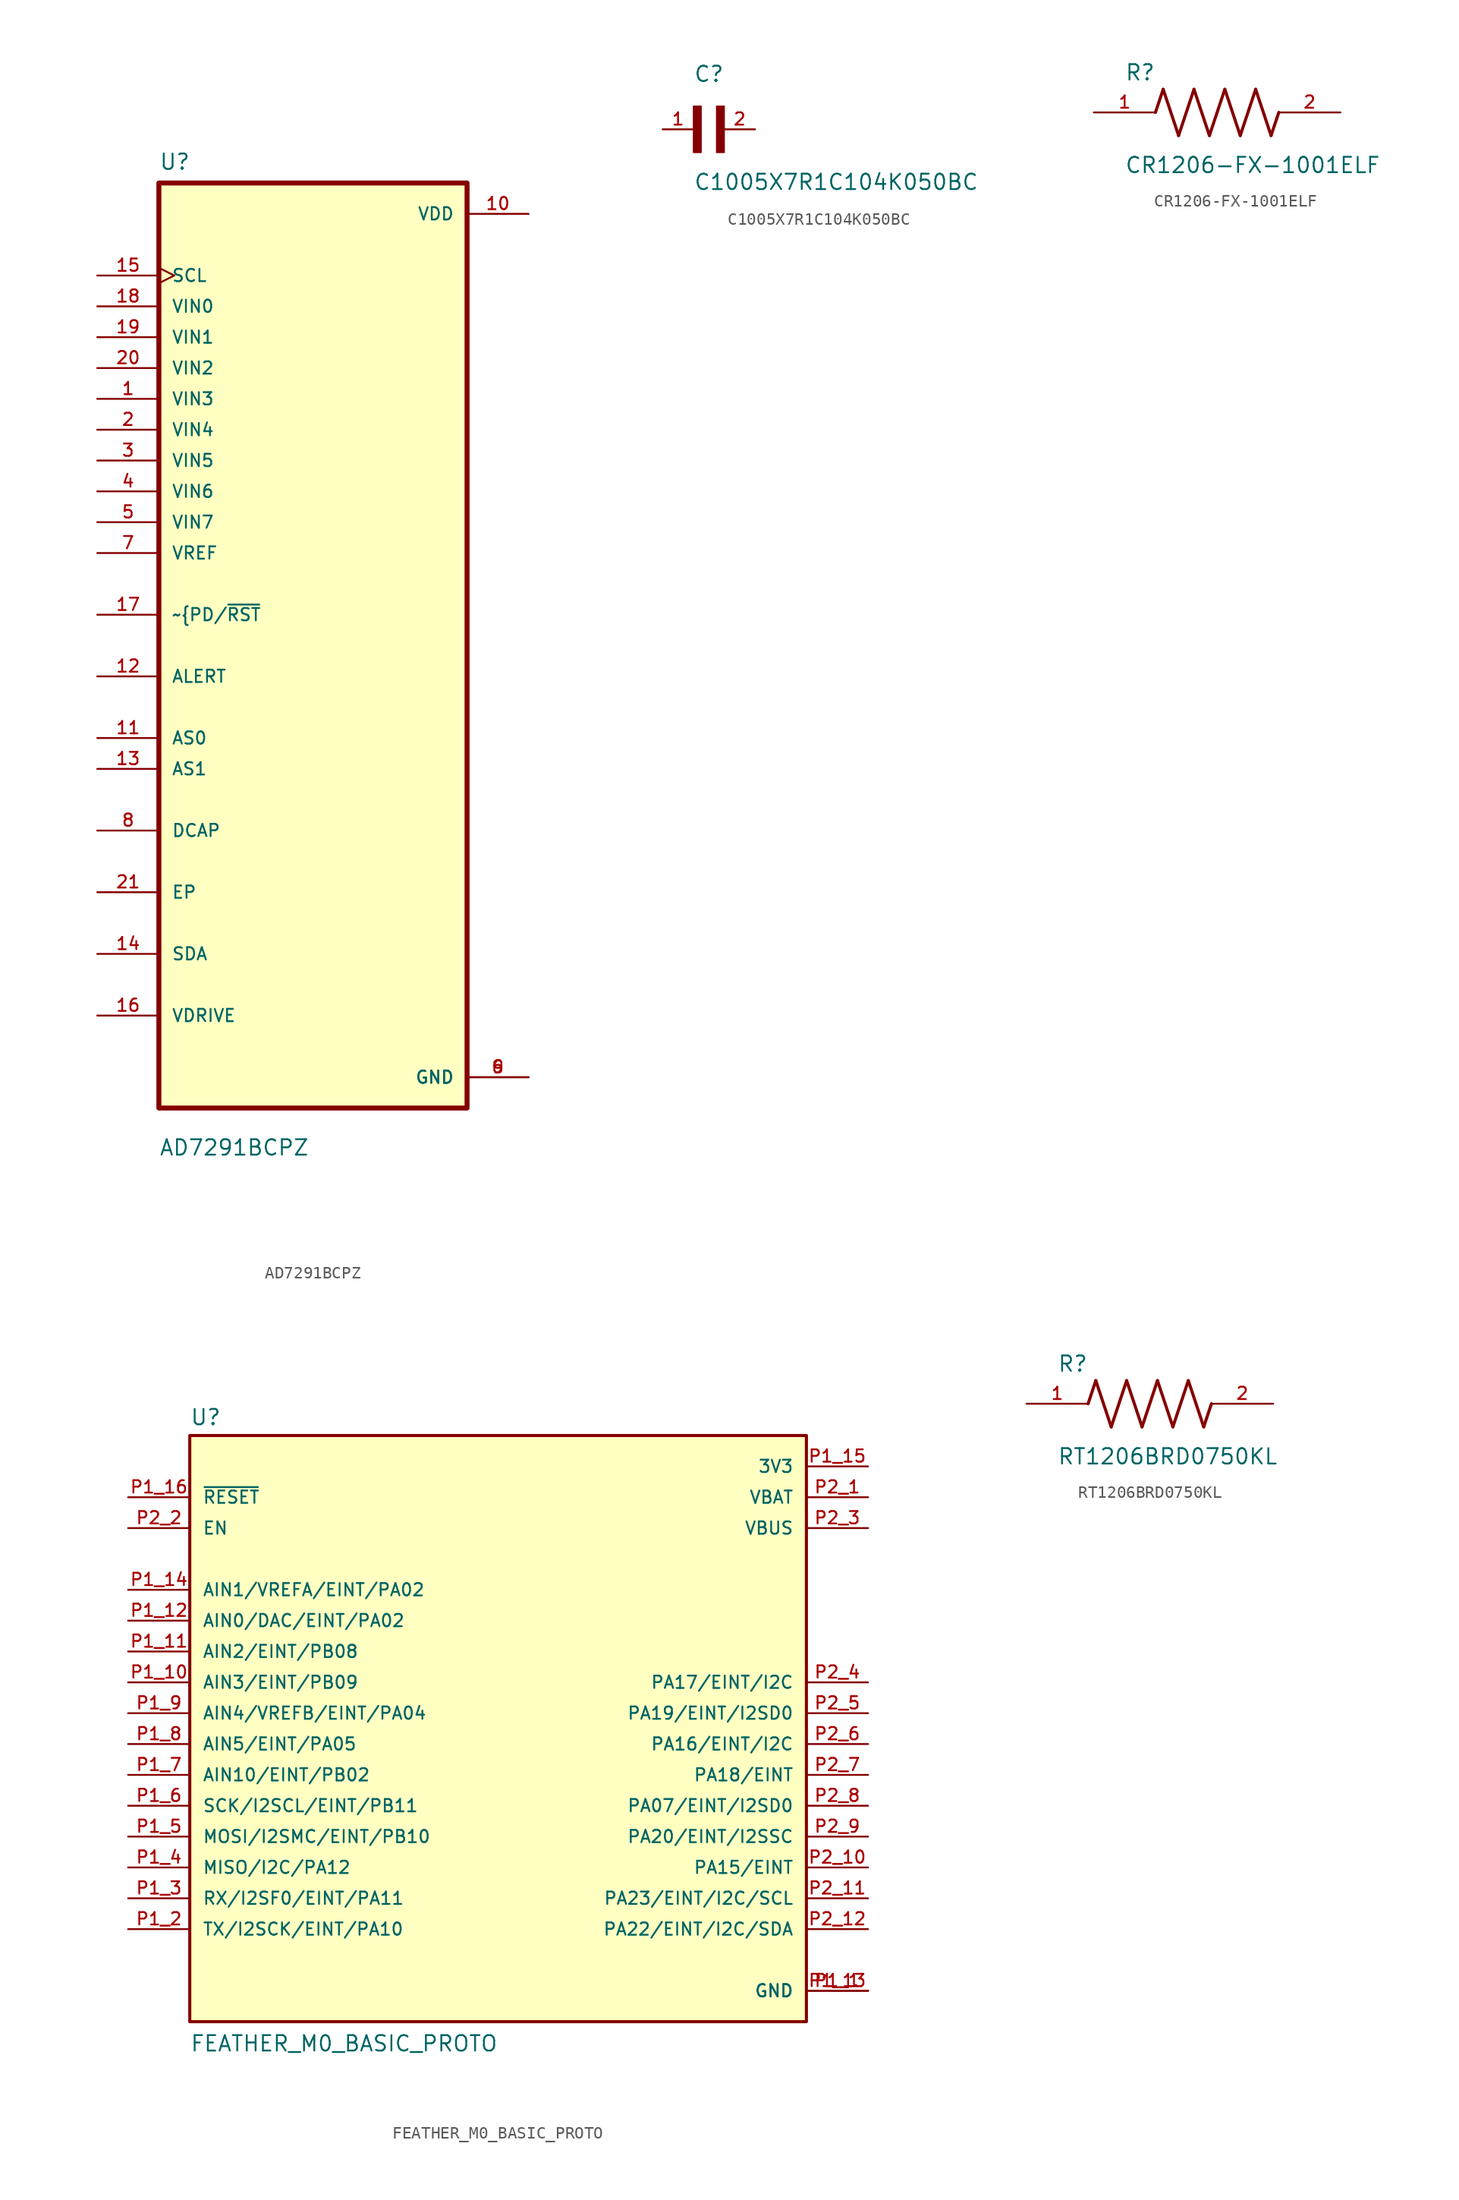
<source format=kicad_sym>
(kicad_symbol_lib
  (version 20211014)
  (generator kicad_symbol_editor)
  (symbol "AD7291BCPZ"
    (pin_names
      (offset 1.016))
    (property "Reference" "U"
      (at -12.7 39.1 0)
      (effects (font (size 1.27 1.27)) (justify left bottom)))
    (property "Value" "AD7291BCPZ"
      (at -12.7 -42.1 0)
      (effects (font (size 1.27 1.27)) (justify left bottom)))
    (symbol "AD7291BCPZ_0_0"
      (rectangle (start -12.7 -38.1) (end 12.7 38.1) (stroke (width 0.41) (type default) (color 0 0 0 0)) (fill (type background)))
      (pin input line (at -17.78 20.32 0) (length 5.08) (name "VIN3" (effects (font (size 1.016 1.016)))) (number "1" (effects (font (size 1.016 1.016)))))
      (pin power_in line (at 17.78 35.56 180) (length 5.08) (name "VDD" (effects (font (size 1.016 1.016)))) (number "10" (effects (font (size 1.016 1.016)))))
      (pin bidirectional line (at -17.78 -7.62 0) (length 5.08) (name "AS0" (effects (font (size 1.016 1.016)))) (number "11" (effects (font (size 1.016 1.016)))))
      (pin bidirectional line (at -17.78 -2.54 0) (length 5.08) (name "ALERT" (effects (font (size 1.016 1.016)))) (number "12" (effects (font (size 1.016 1.016)))))
      (pin bidirectional line (at -17.78 -10.16 0) (length 5.08) (name "AS1" (effects (font (size 1.016 1.016)))) (number "13" (effects (font (size 1.016 1.016)))))
      (pin bidirectional line (at -17.78 -25.4 0) (length 5.08) (name "SDA" (effects (font (size 1.016 1.016)))) (number "14" (effects (font (size 1.016 1.016)))))
      (pin input clock (at -17.78 30.48 0) (length 5.08) (name "SCL" (effects (font (size 1.016 1.016)))) (number "15" (effects (font (size 1.016 1.016)))))
      (pin bidirectional line (at -17.78 -30.48 0) (length 5.08) (name "VDRIVE" (effects (font (size 1.016 1.016)))) (number "16" (effects (font (size 1.016 1.016)))))
      (pin bidirectional line (at -17.78 2.54 0) (length 5.08) (name "~{PD/~{RST}" (effects (font (size 1.016 1.016)))) (number "17" (effects (font (size 1.016 1.016)))))
      (pin input line (at -17.78 27.94 0) (length 5.08) (name "VIN0" (effects (font (size 1.016 1.016)))) (number "18" (effects (font (size 1.016 1.016)))))
      (pin input line (at -17.78 25.4 0) (length 5.08) (name "VIN1" (effects (font (size 1.016 1.016)))) (number "19" (effects (font (size 1.016 1.016)))))
      (pin input line (at -17.78 17.78 0) (length 5.08) (name "VIN4" (effects (font (size 1.016 1.016)))) (number "2" (effects (font (size 1.016 1.016)))))
      (pin input line (at -17.78 22.86 0) (length 5.08) (name "VIN2" (effects (font (size 1.016 1.016)))) (number "20" (effects (font (size 1.016 1.016)))))
      (pin bidirectional line (at -17.78 -20.32 0) (length 5.08) (name "EP" (effects (font (size 1.016 1.016)))) (number "21" (effects (font (size 1.016 1.016)))))
      (pin input line (at -17.78 15.24 0) (length 5.08) (name "VIN5" (effects (font (size 1.016 1.016)))) (number "3" (effects (font (size 1.016 1.016)))))
      (pin input line (at -17.78 12.7 0) (length 5.08) (name "VIN6" (effects (font (size 1.016 1.016)))) (number "4" (effects (font (size 1.016 1.016)))))
      (pin input line (at -17.78 10.16 0) (length 5.08) (name "VIN7" (effects (font (size 1.016 1.016)))) (number "5" (effects (font (size 1.016 1.016)))))
      (pin power_in line (at 17.78 -35.56 180) (length 5.08) (name "GND" (effects (font (size 1.016 1.016)))) (number "6" (effects (font (size 1.016 1.016)))))
      (pin input line (at -17.78 7.62 0) (length 5.08) (name "VREF" (effects (font (size 1.016 1.016)))) (number "7" (effects (font (size 1.016 1.016)))))
      (pin bidirectional line (at -17.78 -15.24 0) (length 5.08) (name "DCAP" (effects (font (size 1.016 1.016)))) (number "8" (effects (font (size 1.016 1.016)))))
      (pin power_in line (at 17.78 -35.56 180) (length 5.08) (name "GND" (effects (font (size 1.016 1.016)))) (number "9" (effects (font (size 1.016 1.016)))))))
  (symbol "C1005X7R1C104K050BC"
    (pin_names
      (offset 1.016))
    (property "Reference" "C"
      (at 0 3.811 0)
      (effects (font (size 1.27 1.27)) (justify left bottom)))
    (property "Value" "C1005X7R1C104K050BC"
      (at 0 -5.088 0)
      (effects (font (size 1.27 1.27)) (justify left bottom)))
    (symbol "C1005X7R1C104K050BC_0_0"
      (rectangle (start 0 -1.907) (end 0.635 1.905) (stroke (width 0.1) (type default) (color 0 0 0 0)) (fill (type outline)))
      (rectangle (start 1.907 -1.907) (end 2.54 1.905) (stroke (width 0.1) (type default) (color 0 0 0 0)) (fill (type outline)))
      (pin passive line (at -2.54 0 0) (length 2.54) (name "~" (effects (font (size 1.016 1.016)))) (number "1" (effects (font (size 1.016 1.016)))))
      (pin passive line (at 5.08 0 180) (length 2.54) (name "~" (effects (font (size 1.016 1.016)))) (number "2" (effects (font (size 1.016 1.016)))))))
  (symbol "CR1206-FX-1001ELF"
    (pin_names
      (offset 1.016))
    (property "Reference" "R"
      (at -7.624 2.542 0)
      (effects (font (size 1.27 1.27)) (justify left bottom)))
    (property "Value" "CR1206-FX-1001ELF"
      (at -7.63 -5.087 0)
      (effects (font (size 1.27 1.27)) (justify left bottom)))
    (symbol "CR1206-FX-1001ELF_0_0"
      (polyline (pts (xy -5.08 0) (xy -4.445 1.905)) (stroke (width 0.254) (type default) (color 0 0 0 0)) (fill (type none)))
      (polyline (pts (xy -4.445 1.905) (xy -3.175 -1.905)) (stroke (width 0.254) (type default) (color 0 0 0 0)) (fill (type none)))
      (polyline (pts (xy -3.175 -1.905) (xy -1.905 1.905)) (stroke (width 0.254) (type default) (color 0 0 0 0)) (fill (type none)))
      (polyline (pts (xy -1.905 1.905) (xy -0.635 -1.905)) (stroke (width 0.254) (type default) (color 0 0 0 0)) (fill (type none)))
      (polyline (pts (xy -0.635 -1.905) (xy 0.635 1.905)) (stroke (width 0.254) (type default) (color 0 0 0 0)) (fill (type none)))
      (polyline (pts (xy 0.635 1.905) (xy 1.905 -1.905)) (stroke (width 0.254) (type default) (color 0 0 0 0)) (fill (type none)))
      (polyline (pts (xy 1.905 -1.905) (xy 3.175 1.905)) (stroke (width 0.254) (type default) (color 0 0 0 0)) (fill (type none)))
      (polyline (pts (xy 3.175 1.905) (xy 4.445 -1.905)) (stroke (width 0.254) (type default) (color 0 0 0 0)) (fill (type none)))
      (polyline (pts (xy 4.445 -1.905) (xy 5.08 0)) (stroke (width 0.254) (type default) (color 0 0 0 0)) (fill (type none)))
      (pin passive line (at -10.16 0 0) (length 5.08) (name "~" (effects (font (size 1.016 1.016)))) (number "1" (effects (font (size 1.016 1.016)))))
      (pin passive line (at 10.16 0 180) (length 5.08) (name "~" (effects (font (size 1.016 1.016)))) (number "2" (effects (font (size 1.016 1.016)))))))
  (symbol "FEATHER_M0_BASIC_PROTO"
    (pin_names
      (offset 1.016))
    (property "Reference" "U"
      (at -25.4 26.162 0)
      (effects (font (size 1.27 1.27)) (justify left bottom)))
    (property "Value" "FEATHER_M0_BASIC_PROTO"
      (at -25.4 -25.4 0)
      (effects (font (size 1.27 1.27)) (justify left bottom)))
    (symbol "FEATHER_M0_BASIC_PROTO_0_0"
      (rectangle (start -25.4 -22.86) (end 25.4 25.4) (stroke (width 0.254) (type default) (color 0 0 0 0)) (fill (type background)))
      (pin power_in line (at 30.48 -20.32 180) (length 5.08) (name "GND" (effects (font (size 1.016 1.016)))) (number "P1_1" (effects (font (size 1.016 1.016)))))
      (pin bidirectional line (at -30.48 5.08 0) (length 5.08) (name "AIN3/EINT/PB09" (effects (font (size 1.016 1.016)))) (number "P1_10" (effects (font (size 1.016 1.016)))))
      (pin bidirectional line (at -30.48 7.62 0) (length 5.08) (name "AIN2/EINT/PB08" (effects (font (size 1.016 1.016)))) (number "P1_11" (effects (font (size 1.016 1.016)))))
      (pin bidirectional line (at -30.48 10.16 0) (length 5.08) (name "AIN0/DAC/EINT/PA02" (effects (font (size 1.016 1.016)))) (number "P1_12" (effects (font (size 1.016 1.016)))))
      (pin power_in line (at 30.48 -20.32 180) (length 5.08) (name "GND" (effects (font (size 1.016 1.016)))) (number "P1_13" (effects (font (size 1.016 1.016)))))
      (pin bidirectional line (at -30.48 12.7 0) (length 5.08) (name "AIN1/VREFA/EINT/PA02" (effects (font (size 1.016 1.016)))) (number "P1_14" (effects (font (size 1.016 1.016)))))
      (pin power_out line (at 30.48 22.86 180) (length 5.08) (name "3V3" (effects (font (size 1.016 1.016)))) (number "P1_15" (effects (font (size 1.016 1.016)))))
      (pin input line (at -30.48 20.32 0) (length 5.08) (name "~{RESET}" (effects (font (size 1.016 1.016)))) (number "P1_16" (effects (font (size 1.016 1.016)))))
      (pin bidirectional line (at -30.48 -15.24 0) (length 5.08) (name "TX/I2SCK/EINT/PA10" (effects (font (size 1.016 1.016)))) (number "P1_2" (effects (font (size 1.016 1.016)))))
      (pin bidirectional line (at -30.48 -12.7 0) (length 5.08) (name "RX/I2SF0/EINT/PA11" (effects (font (size 1.016 1.016)))) (number "P1_3" (effects (font (size 1.016 1.016)))))
      (pin bidirectional line (at -30.48 -10.16 0) (length 5.08) (name "MISO/I2C/PA12" (effects (font (size 1.016 1.016)))) (number "P1_4" (effects (font (size 1.016 1.016)))))
      (pin bidirectional line (at -30.48 -7.62 0) (length 5.08) (name "MOSI/I2SMC/EINT/PB10" (effects (font (size 1.016 1.016)))) (number "P1_5" (effects (font (size 1.016 1.016)))))
      (pin bidirectional line (at -30.48 -5.08 0) (length 5.08) (name "SCK/I2SCL/EINT/PB11" (effects (font (size 1.016 1.016)))) (number "P1_6" (effects (font (size 1.016 1.016)))))
      (pin bidirectional line (at -30.48 -2.54 0) (length 5.08) (name "AIN10/EINT/PB02" (effects (font (size 1.016 1.016)))) (number "P1_7" (effects (font (size 1.016 1.016)))))
      (pin bidirectional line (at -30.48 0 0) (length 5.08) (name "AIN5/EINT/PA05" (effects (font (size 1.016 1.016)))) (number "P1_8" (effects (font (size 1.016 1.016)))))
      (pin bidirectional line (at -30.48 2.54 0) (length 5.08) (name "AIN4/VREFB/EINT/PA04" (effects (font (size 1.016 1.016)))) (number "P1_9" (effects (font (size 1.016 1.016)))))
      (pin power_out line (at 30.48 20.32 180) (length 5.08) (name "VBAT" (effects (font (size 1.016 1.016)))) (number "P2_1" (effects (font (size 1.016 1.016)))))
      (pin bidirectional line (at 30.48 -10.16 180) (length 5.08) (name "PA15/EINT" (effects (font (size 1.016 1.016)))) (number "P2_10" (effects (font (size 1.016 1.016)))))
      (pin bidirectional line (at 30.48 -12.7 180) (length 5.08) (name "PA23/EINT/I2C/SCL" (effects (font (size 1.016 1.016)))) (number "P2_11" (effects (font (size 1.016 1.016)))))
      (pin bidirectional line (at 30.48 -15.24 180) (length 5.08) (name "PA22/EINT/I2C/SDA" (effects (font (size 1.016 1.016)))) (number "P2_12" (effects (font (size 1.016 1.016)))))
      (pin input line (at -30.48 17.78 0) (length 5.08) (name "EN" (effects (font (size 1.016 1.016)))) (number "P2_2" (effects (font (size 1.016 1.016)))))
      (pin power_out line (at 30.48 17.78 180) (length 5.08) (name "VBUS" (effects (font (size 1.016 1.016)))) (number "P2_3" (effects (font (size 1.016 1.016)))))
      (pin bidirectional line (at 30.48 5.08 180) (length 5.08) (name "PA17/EINT/I2C" (effects (font (size 1.016 1.016)))) (number "P2_4" (effects (font (size 1.016 1.016)))))
      (pin bidirectional line (at 30.48 2.54 180) (length 5.08) (name "PA19/EINT/I2SD0" (effects (font (size 1.016 1.016)))) (number "P2_5" (effects (font (size 1.016 1.016)))))
      (pin bidirectional line (at 30.48 0 180) (length 5.08) (name "PA16/EINT/I2C" (effects (font (size 1.016 1.016)))) (number "P2_6" (effects (font (size 1.016 1.016)))))
      (pin bidirectional line (at 30.48 -2.54 180) (length 5.08) (name "PA18/EINT" (effects (font (size 1.016 1.016)))) (number "P2_7" (effects (font (size 1.016 1.016)))))
      (pin bidirectional line (at 30.48 -5.08 180) (length 5.08) (name "PA07/EINT/I2SD0" (effects (font (size 1.016 1.016)))) (number "P2_8" (effects (font (size 1.016 1.016)))))
      (pin bidirectional line (at 30.48 -7.62 180) (length 5.08) (name "PA20/EINT/I2SSC" (effects (font (size 1.016 1.016)))) (number "P2_9" (effects (font (size 1.016 1.016)))))))
  (symbol "RT1206BRD0750KL"
    (pin_names
      (offset 1.016))
    (property "Reference" "R"
      (at -7.624 2.542 0)
      (effects (font (size 1.27 1.27)) (justify left bottom)))
    (property "Value" "RT1206BRD0750KL"
      (at -7.63 -5.087 0)
      (effects (font (size 1.27 1.27)) (justify left bottom)))
    (symbol "RT1206BRD0750KL_0_0"
      (polyline (pts (xy -5.08 0) (xy -4.445 1.905)) (stroke (width 0.254) (type default) (color 0 0 0 0)) (fill (type none)))
      (polyline (pts (xy -4.445 1.905) (xy -3.175 -1.905)) (stroke (width 0.254) (type default) (color 0 0 0 0)) (fill (type none)))
      (polyline (pts (xy -3.175 -1.905) (xy -1.905 1.905)) (stroke (width 0.254) (type default) (color 0 0 0 0)) (fill (type none)))
      (polyline (pts (xy -1.905 1.905) (xy -0.635 -1.905)) (stroke (width 0.254) (type default) (color 0 0 0 0)) (fill (type none)))
      (polyline (pts (xy -0.635 -1.905) (xy 0.635 1.905)) (stroke (width 0.254) (type default) (color 0 0 0 0)) (fill (type none)))
      (polyline (pts (xy 0.635 1.905) (xy 1.905 -1.905)) (stroke (width 0.254) (type default) (color 0 0 0 0)) (fill (type none)))
      (polyline (pts (xy 1.905 -1.905) (xy 3.175 1.905)) (stroke (width 0.254) (type default) (color 0 0 0 0)) (fill (type none)))
      (polyline (pts (xy 3.175 1.905) (xy 4.445 -1.905)) (stroke (width 0.254) (type default) (color 0 0 0 0)) (fill (type none)))
      (polyline (pts (xy 4.445 -1.905) (xy 5.08 0)) (stroke (width 0.254) (type default) (color 0 0 0 0)) (fill (type none)))
      (pin passive line (at -10.16 0 0) (length 5.08) (name "~" (effects (font (size 1.016 1.016)))) (number "1" (effects (font (size 1.016 1.016)))))
      (pin passive line (at 10.16 0 180) (length 5.08) (name "~" (effects (font (size 1.016 1.016)))) (number "2" (effects (font (size 1.016 1.016))))))))
</source>
